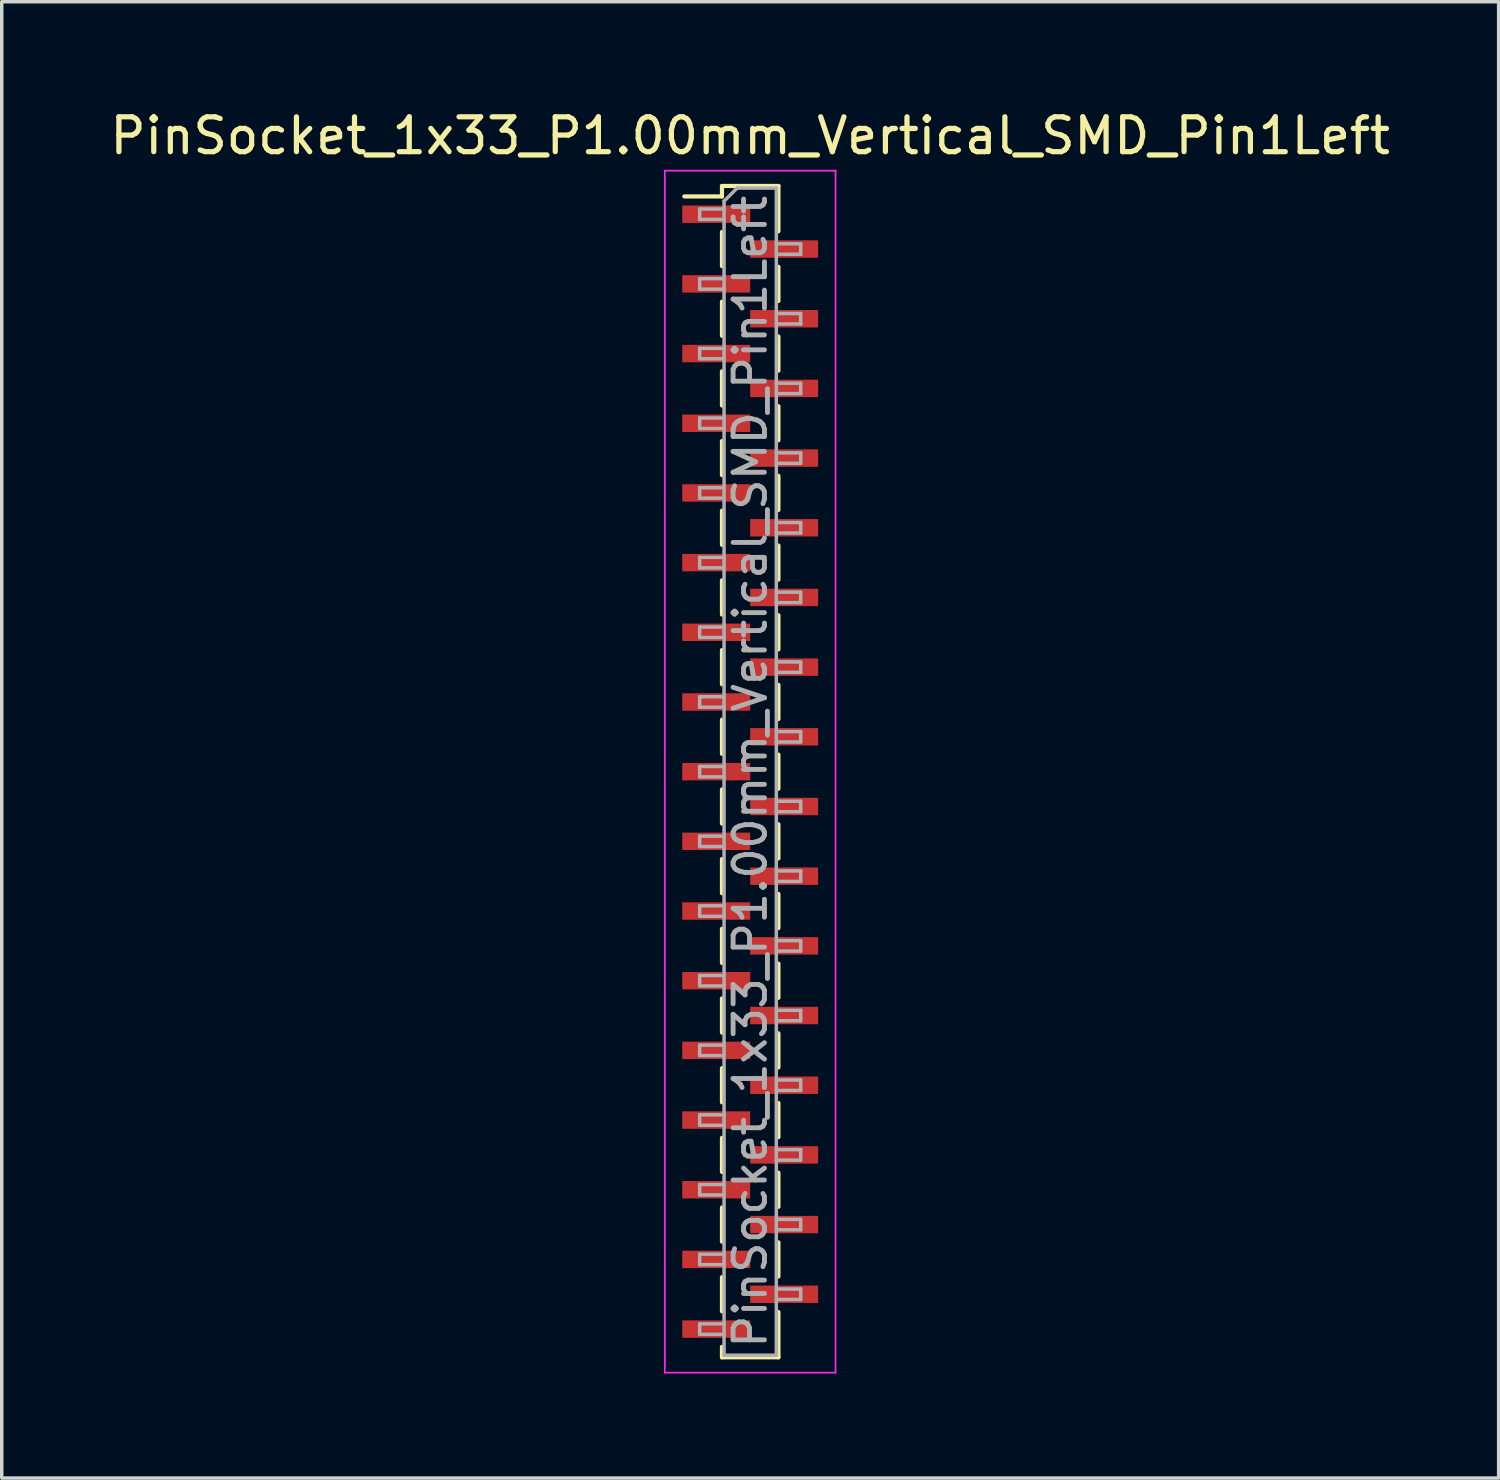
<source format=kicad_pcb>
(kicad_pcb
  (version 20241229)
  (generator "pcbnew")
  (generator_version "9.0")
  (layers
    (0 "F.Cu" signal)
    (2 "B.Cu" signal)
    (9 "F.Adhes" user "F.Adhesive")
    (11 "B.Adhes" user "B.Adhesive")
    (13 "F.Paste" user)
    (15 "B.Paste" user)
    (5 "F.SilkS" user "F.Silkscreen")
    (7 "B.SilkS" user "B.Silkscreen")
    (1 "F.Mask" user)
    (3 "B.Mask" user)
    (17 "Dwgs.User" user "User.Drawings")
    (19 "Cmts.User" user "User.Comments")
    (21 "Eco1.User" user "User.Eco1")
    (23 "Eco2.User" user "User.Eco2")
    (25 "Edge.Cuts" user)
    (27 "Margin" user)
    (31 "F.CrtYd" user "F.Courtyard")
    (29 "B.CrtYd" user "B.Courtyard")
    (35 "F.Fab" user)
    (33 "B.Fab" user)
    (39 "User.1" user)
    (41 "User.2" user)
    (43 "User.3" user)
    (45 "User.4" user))
  (footprint "PinSocket_1x33_P1.00mm_Vertical_SMD_Pin1Left"
    (layer "F.Cu")
    (at 18.482 19.098)
    (property "Reference" "PinSocket_1x33_P1.00mm_Vertical_SMD_Pin1Left" (at 0 -18.25 0) (layer "F.SilkS") (effects (font (size 1 1) (thickness 0.15))))
    (attr smd)
    (fp_line (start -1.89 -16.51) (end -0.81 -16.51) (stroke (width 0.12) (type solid)) (layer "F.SilkS"))
    (fp_line (start -0.81 -16.81) (end -0.81 -16.51) (stroke (width 0.12) (type solid)) (layer "F.SilkS"))
    (fp_line (start -0.81 -16.81) (end 0.81 -16.81) (stroke (width 0.12) (type solid)) (layer "F.SilkS"))
    (fp_line (start -0.81 -15.49) (end -0.81 -14.51) (stroke (width 0.12) (type solid)) (layer "F.SilkS"))
    (fp_line (start -0.81 -13.49) (end -0.81 -12.51) (stroke (width 0.12) (type solid)) (layer "F.SilkS"))
    (fp_line (start -0.81 -11.49) (end -0.81 -10.51) (stroke (width 0.12) (type solid)) (layer "F.SilkS"))
    (fp_line (start -0.81 -9.49) (end -0.81 -8.51) (stroke (width 0.12) (type solid)) (layer "F.SilkS"))
    (fp_line (start -0.81 -7.49) (end -0.81 -6.51) (stroke (width 0.12) (type solid)) (layer "F.SilkS"))
    (fp_line (start -0.81 -5.49) (end -0.81 -4.51) (stroke (width 0.12) (type solid)) (layer "F.SilkS"))
    (fp_line (start -0.81 -3.49) (end -0.81 -2.51) (stroke (width 0.12) (type solid)) (layer "F.SilkS"))
    (fp_line (start -0.81 -1.49) (end -0.81 -0.51) (stroke (width 0.12) (type solid)) (layer "F.SilkS"))
    (fp_line (start -0.81 0.51) (end -0.81 1.49) (stroke (width 0.12) (type solid)) (layer "F.SilkS"))
    (fp_line (start -0.81 2.51) (end -0.81 3.49) (stroke (width 0.12) (type solid)) (layer "F.SilkS"))
    (fp_line (start -0.81 4.51) (end -0.81 5.49) (stroke (width 0.12) (type solid)) (layer "F.SilkS"))
    (fp_line (start -0.81 6.51) (end -0.81 7.49) (stroke (width 0.12) (type solid)) (layer "F.SilkS"))
    (fp_line (start -0.81 8.51) (end -0.81 9.49) (stroke (width 0.12) (type solid)) (layer "F.SilkS"))
    (fp_line (start -0.81 10.51) (end -0.81 11.49) (stroke (width 0.12) (type solid)) (layer "F.SilkS"))
    (fp_line (start -0.81 12.51) (end -0.81 13.49) (stroke (width 0.12) (type solid)) (layer "F.SilkS"))
    (fp_line (start -0.81 14.51) (end -0.81 15.49) (stroke (width 0.12) (type solid)) (layer "F.SilkS"))
    (fp_line (start -0.81 16.51) (end -0.81 16.81) (stroke (width 0.12) (type solid)) (layer "F.SilkS"))
    (fp_line (start -0.81 16.81) (end 0.81 16.81) (stroke (width 0.12) (type solid)) (layer "F.SilkS"))
    (fp_line (start 0.81 -16.81) (end 0.81 -15.51) (stroke (width 0.12) (type solid)) (layer "F.SilkS"))
    (fp_line (start 0.81 -14.49) (end 0.81 -13.51) (stroke (width 0.12) (type solid)) (layer "F.SilkS"))
    (fp_line (start 0.81 -12.49) (end 0.81 -11.51) (stroke (width 0.12) (type solid)) (layer "F.SilkS"))
    (fp_line (start 0.81 -10.49) (end 0.81 -9.51) (stroke (width 0.12) (type solid)) (layer "F.SilkS"))
    (fp_line (start 0.81 -8.49) (end 0.81 -7.51) (stroke (width 0.12) (type solid)) (layer "F.SilkS"))
    (fp_line (start 0.81 -6.49) (end 0.81 -5.51) (stroke (width 0.12) (type solid)) (layer "F.SilkS"))
    (fp_line (start 0.81 -4.49) (end 0.81 -3.51) (stroke (width 0.12) (type solid)) (layer "F.SilkS"))
    (fp_line (start 0.81 -2.49) (end 0.81 -1.51) (stroke (width 0.12) (type solid)) (layer "F.SilkS"))
    (fp_line (start 0.81 -0.49) (end 0.81 0.49) (stroke (width 0.12) (type solid)) (layer "F.SilkS"))
    (fp_line (start 0.81 1.51) (end 0.81 2.49) (stroke (width 0.12) (type solid)) (layer "F.SilkS"))
    (fp_line (start 0.81 3.51) (end 0.81 4.49) (stroke (width 0.12) (type solid)) (layer "F.SilkS"))
    (fp_line (start 0.81 5.51) (end 0.81 6.49) (stroke (width 0.12) (type solid)) (layer "F.SilkS"))
    (fp_line (start 0.81 7.51) (end 0.81 8.49) (stroke (width 0.12) (type solid)) (layer "F.SilkS"))
    (fp_line (start 0.81 9.51) (end 0.81 10.49) (stroke (width 0.12) (type solid)) (layer "F.SilkS"))
    (fp_line (start 0.81 11.51) (end 0.81 12.49) (stroke (width 0.12) (type solid)) (layer "F.SilkS"))
    (fp_line (start 0.81 13.51) (end 0.81 14.49) (stroke (width 0.12) (type solid)) (layer "F.SilkS"))
    (fp_line (start 0.81 15.51) (end 0.81 16.81) (stroke (width 0.12) (type solid)) (layer "F.SilkS"))
    (fp_line (start -2.45 -17.25) (end 2.45 -17.25) (stroke (width 0.05) (type solid)) (layer "F.CrtYd"))
    (fp_line (start -2.45 17.25) (end -2.45 -17.25) (stroke (width 0.05) (type solid)) (layer "F.CrtYd"))
    (fp_line (start 2.45 -17.25) (end 2.45 17.25) (stroke (width 0.05) (type solid)) (layer "F.CrtYd"))
    (fp_line (start 2.45 17.25) (end -2.45 17.25) (stroke (width 0.05) (type solid)) (layer "F.CrtYd"))
    (fp_line (start -1.45 -16.15) (end -0.75 -16.15) (stroke (width 0.1) (type solid)) (layer "F.Fab"))
    (fp_line (start -1.45 -15.85) (end -1.45 -16.15) (stroke (width 0.1) (type solid)) (layer "F.Fab"))
    (fp_line (start -1.45 -14.15) (end -0.75 -14.15) (stroke (width 0.1) (type solid)) (layer "F.Fab"))
    (fp_line (start -1.45 -13.85) (end -1.45 -14.15) (stroke (width 0.1) (type solid)) (layer "F.Fab"))
    (fp_line (start -1.45 -12.15) (end -0.75 -12.15) (stroke (width 0.1) (type solid)) (layer "F.Fab"))
    (fp_line (start -1.45 -11.85) (end -1.45 -12.15) (stroke (width 0.1) (type solid)) (layer "F.Fab"))
    (fp_line (start -1.45 -10.15) (end -0.75 -10.15) (stroke (width 0.1) (type solid)) (layer "F.Fab"))
    (fp_line (start -1.45 -9.85) (end -1.45 -10.15) (stroke (width 0.1) (type solid)) (layer "F.Fab"))
    (fp_line (start -1.45 -8.15) (end -0.75 -8.15) (stroke (width 0.1) (type solid)) (layer "F.Fab"))
    (fp_line (start -1.45 -7.85) (end -1.45 -8.15) (stroke (width 0.1) (type solid)) (layer "F.Fab"))
    (fp_line (start -1.45 -6.15) (end -0.75 -6.15) (stroke (width 0.1) (type solid)) (layer "F.Fab"))
    (fp_line (start -1.45 -5.85) (end -1.45 -6.15) (stroke (width 0.1) (type solid)) (layer "F.Fab"))
    (fp_line (start -1.45 -4.15) (end -0.75 -4.15) (stroke (width 0.1) (type solid)) (layer "F.Fab"))
    (fp_line (start -1.45 -3.85) (end -1.45 -4.15) (stroke (width 0.1) (type solid)) (layer "F.Fab"))
    (fp_line (start -1.45 -2.15) (end -0.75 -2.15) (stroke (width 0.1) (type solid)) (layer "F.Fab"))
    (fp_line (start -1.45 -1.85) (end -1.45 -2.15) (stroke (width 0.1) (type solid)) (layer "F.Fab"))
    (fp_line (start -1.45 -0.15) (end -0.75 -0.15) (stroke (width 0.1) (type solid)) (layer "F.Fab"))
    (fp_line (start -1.45 0.15) (end -1.45 -0.15) (stroke (width 0.1) (type solid)) (layer "F.Fab"))
    (fp_line (start -1.45 1.85) (end -0.75 1.85) (stroke (width 0.1) (type solid)) (layer "F.Fab"))
    (fp_line (start -1.45 2.15) (end -1.45 1.85) (stroke (width 0.1) (type solid)) (layer "F.Fab"))
    (fp_line (start -1.45 3.85) (end -0.75 3.85) (stroke (width 0.1) (type solid)) (layer "F.Fab"))
    (fp_line (start -1.45 4.15) (end -1.45 3.85) (stroke (width 0.1) (type solid)) (layer "F.Fab"))
    (fp_line (start -1.45 5.85) (end -0.75 5.85) (stroke (width 0.1) (type solid)) (layer "F.Fab"))
    (fp_line (start -1.45 6.15) (end -1.45 5.85) (stroke (width 0.1) (type solid)) (layer "F.Fab"))
    (fp_line (start -1.45 7.85) (end -0.75 7.85) (stroke (width 0.1) (type solid)) (layer "F.Fab"))
    (fp_line (start -1.45 8.15) (end -1.45 7.85) (stroke (width 0.1) (type solid)) (layer "F.Fab"))
    (fp_line (start -1.45 9.85) (end -0.75 9.85) (stroke (width 0.1) (type solid)) (layer "F.Fab"))
    (fp_line (start -1.45 10.15) (end -1.45 9.85) (stroke (width 0.1) (type solid)) (layer "F.Fab"))
    (fp_line (start -1.45 11.85) (end -0.75 11.85) (stroke (width 0.1) (type solid)) (layer "F.Fab"))
    (fp_line (start -1.45 12.15) (end -1.45 11.85) (stroke (width 0.1) (type solid)) (layer "F.Fab"))
    (fp_line (start -1.45 13.85) (end -0.75 13.85) (stroke (width 0.1) (type solid)) (layer "F.Fab"))
    (fp_line (start -1.45 14.15) (end -1.45 13.85) (stroke (width 0.1) (type solid)) (layer "F.Fab"))
    (fp_line (start -1.45 15.85) (end -0.75 15.85) (stroke (width 0.1) (type solid)) (layer "F.Fab"))
    (fp_line (start -1.45 16.15) (end -1.45 15.85) (stroke (width 0.1) (type solid)) (layer "F.Fab"))
    (fp_line (start -0.75 -16.375) (end -0.375 -16.75) (stroke (width 0.1) (type solid)) (layer "F.Fab"))
    (fp_line (start -0.75 -15.85) (end -1.45 -15.85) (stroke (width 0.1) (type solid)) (layer "F.Fab"))
    (fp_line (start -0.75 -13.85) (end -1.45 -13.85) (stroke (width 0.1) (type solid)) (layer "F.Fab"))
    (fp_line (start -0.75 -11.85) (end -1.45 -11.85) (stroke (width 0.1) (type solid)) (layer "F.Fab"))
    (fp_line (start -0.75 -9.85) (end -1.45 -9.85) (stroke (width 0.1) (type solid)) (layer "F.Fab"))
    (fp_line (start -0.75 -7.85) (end -1.45 -7.85) (stroke (width 0.1) (type solid)) (layer "F.Fab"))
    (fp_line (start -0.75 -5.85) (end -1.45 -5.85) (stroke (width 0.1) (type solid)) (layer "F.Fab"))
    (fp_line (start -0.75 -3.85) (end -1.45 -3.85) (stroke (width 0.1) (type solid)) (layer "F.Fab"))
    (fp_line (start -0.75 -1.85) (end -1.45 -1.85) (stroke (width 0.1) (type solid)) (layer "F.Fab"))
    (fp_line (start -0.75 0.15) (end -1.45 0.15) (stroke (width 0.1) (type solid)) (layer "F.Fab"))
    (fp_line (start -0.75 2.15) (end -1.45 2.15) (stroke (width 0.1) (type solid)) (layer "F.Fab"))
    (fp_line (start -0.75 4.15) (end -1.45 4.15) (stroke (width 0.1) (type solid)) (layer "F.Fab"))
    (fp_line (start -0.75 6.15) (end -1.45 6.15) (stroke (width 0.1) (type solid)) (layer "F.Fab"))
    (fp_line (start -0.75 8.15) (end -1.45 8.15) (stroke (width 0.1) (type solid)) (layer "F.Fab"))
    (fp_line (start -0.75 10.15) (end -1.45 10.15) (stroke (width 0.1) (type solid)) (layer "F.Fab"))
    (fp_line (start -0.75 12.15) (end -1.45 12.15) (stroke (width 0.1) (type solid)) (layer "F.Fab"))
    (fp_line (start -0.75 14.15) (end -1.45 14.15) (stroke (width 0.1) (type solid)) (layer "F.Fab"))
    (fp_line (start -0.75 16.15) (end -1.45 16.15) (stroke (width 0.1) (type solid)) (layer "F.Fab"))
    (fp_line (start -0.75 16.75) (end -0.75 -16.375) (stroke (width 0.1) (type solid)) (layer "F.Fab"))
    (fp_line (start -0.375 -16.75) (end 0.75 -16.75) (stroke (width 0.1) (type solid)) (layer "F.Fab"))
    (fp_line (start 0.75 -16.75) (end 0.75 16.75) (stroke (width 0.1) (type solid)) (layer "F.Fab"))
    (fp_line (start 0.75 -15.15) (end 1.45 -15.15) (stroke (width 0.1) (type solid)) (layer "F.Fab"))
    (fp_line (start 0.75 -13.15) (end 1.45 -13.15) (stroke (width 0.1) (type solid)) (layer "F.Fab"))
    (fp_line (start 0.75 -11.15) (end 1.45 -11.15) (stroke (width 0.1) (type solid)) (layer "F.Fab"))
    (fp_line (start 0.75 -9.15) (end 1.45 -9.15) (stroke (width 0.1) (type solid)) (layer "F.Fab"))
    (fp_line (start 0.75 -7.15) (end 1.45 -7.15) (stroke (width 0.1) (type solid)) (layer "F.Fab"))
    (fp_line (start 0.75 -5.15) (end 1.45 -5.15) (stroke (width 0.1) (type solid)) (layer "F.Fab"))
    (fp_line (start 0.75 -3.15) (end 1.45 -3.15) (stroke (width 0.1) (type solid)) (layer "F.Fab"))
    (fp_line (start 0.75 -1.15) (end 1.45 -1.15) (stroke (width 0.1) (type solid)) (layer "F.Fab"))
    (fp_line (start 0.75 0.85) (end 1.45 0.85) (stroke (width 0.1) (type solid)) (layer "F.Fab"))
    (fp_line (start 0.75 2.85) (end 1.45 2.85) (stroke (width 0.1) (type solid)) (layer "F.Fab"))
    (fp_line (start 0.75 4.85) (end 1.45 4.85) (stroke (width 0.1) (type solid)) (layer "F.Fab"))
    (fp_line (start 0.75 6.85) (end 1.45 6.85) (stroke (width 0.1) (type solid)) (layer "F.Fab"))
    (fp_line (start 0.75 8.85) (end 1.45 8.85) (stroke (width 0.1) (type solid)) (layer "F.Fab"))
    (fp_line (start 0.75 10.85) (end 1.45 10.85) (stroke (width 0.1) (type solid)) (layer "F.Fab"))
    (fp_line (start 0.75 12.85) (end 1.45 12.85) (stroke (width 0.1) (type solid)) (layer "F.Fab"))
    (fp_line (start 0.75 14.85) (end 1.45 14.85) (stroke (width 0.1) (type solid)) (layer "F.Fab"))
    (fp_line (start 0.75 16.75) (end -0.75 16.75) (stroke (width 0.1) (type solid)) (layer "F.Fab"))
    (fp_line (start 1.45 -15.15) (end 1.45 -14.85) (stroke (width 0.1) (type solid)) (layer "F.Fab"))
    (fp_line (start 1.45 -14.85) (end 0.75 -14.85) (stroke (width 0.1) (type solid)) (layer "F.Fab"))
    (fp_line (start 1.45 -13.15) (end 1.45 -12.85) (stroke (width 0.1) (type solid)) (layer "F.Fab"))
    (fp_line (start 1.45 -12.85) (end 0.75 -12.85) (stroke (width 0.1) (type solid)) (layer "F.Fab"))
    (fp_line (start 1.45 -11.15) (end 1.45 -10.85) (stroke (width 0.1) (type solid)) (layer "F.Fab"))
    (fp_line (start 1.45 -10.85) (end 0.75 -10.85) (stroke (width 0.1) (type solid)) (layer "F.Fab"))
    (fp_line (start 1.45 -9.15) (end 1.45 -8.85) (stroke (width 0.1) (type solid)) (layer "F.Fab"))
    (fp_line (start 1.45 -8.85) (end 0.75 -8.85) (stroke (width 0.1) (type solid)) (layer "F.Fab"))
    (fp_line (start 1.45 -7.15) (end 1.45 -6.85) (stroke (width 0.1) (type solid)) (layer "F.Fab"))
    (fp_line (start 1.45 -6.85) (end 0.75 -6.85) (stroke (width 0.1) (type solid)) (layer "F.Fab"))
    (fp_line (start 1.45 -5.15) (end 1.45 -4.85) (stroke (width 0.1) (type solid)) (layer "F.Fab"))
    (fp_line (start 1.45 -4.85) (end 0.75 -4.85) (stroke (width 0.1) (type solid)) (layer "F.Fab"))
    (fp_line (start 1.45 -3.15) (end 1.45 -2.85) (stroke (width 0.1) (type solid)) (layer "F.Fab"))
    (fp_line (start 1.45 -2.85) (end 0.75 -2.85) (stroke (width 0.1) (type solid)) (layer "F.Fab"))
    (fp_line (start 1.45 -1.15) (end 1.45 -0.85) (stroke (width 0.1) (type solid)) (layer "F.Fab"))
    (fp_line (start 1.45 -0.85) (end 0.75 -0.85) (stroke (width 0.1) (type solid)) (layer "F.Fab"))
    (fp_line (start 1.45 0.85) (end 1.45 1.15) (stroke (width 0.1) (type solid)) (layer "F.Fab"))
    (fp_line (start 1.45 1.15) (end 0.75 1.15) (stroke (width 0.1) (type solid)) (layer "F.Fab"))
    (fp_line (start 1.45 2.85) (end 1.45 3.15) (stroke (width 0.1) (type solid)) (layer "F.Fab"))
    (fp_line (start 1.45 3.15) (end 0.75 3.15) (stroke (width 0.1) (type solid)) (layer "F.Fab"))
    (fp_line (start 1.45 4.85) (end 1.45 5.15) (stroke (width 0.1) (type solid)) (layer "F.Fab"))
    (fp_line (start 1.45 5.15) (end 0.75 5.15) (stroke (width 0.1) (type solid)) (layer "F.Fab"))
    (fp_line (start 1.45 6.85) (end 1.45 7.15) (stroke (width 0.1) (type solid)) (layer "F.Fab"))
    (fp_line (start 1.45 7.15) (end 0.75 7.15) (stroke (width 0.1) (type solid)) (layer "F.Fab"))
    (fp_line (start 1.45 8.85) (end 1.45 9.15) (stroke (width 0.1) (type solid)) (layer "F.Fab"))
    (fp_line (start 1.45 9.15) (end 0.75 9.15) (stroke (width 0.1) (type solid)) (layer "F.Fab"))
    (fp_line (start 1.45 10.85) (end 1.45 11.15) (stroke (width 0.1) (type solid)) (layer "F.Fab"))
    (fp_line (start 1.45 11.15) (end 0.75 11.15) (stroke (width 0.1) (type solid)) (layer "F.Fab"))
    (fp_line (start 1.45 12.85) (end 1.45 13.15) (stroke (width 0.1) (type solid)) (layer "F.Fab"))
    (fp_line (start 1.45 13.15) (end 0.75 13.15) (stroke (width 0.1) (type solid)) (layer "F.Fab"))
    (fp_line (start 1.45 14.85) (end 1.45 15.15) (stroke (width 0.1) (type solid)) (layer "F.Fab"))
    (fp_line (start 1.45 15.15) (end 0.75 15.15) (stroke (width 0.1) (type solid)) (layer "F.Fab"))
    (fp_text user "${REFERENCE}" (at 0 0 90) (layer "F.Fab") (effects (font (size 0.9 0.9) (thickness 0.14))))
    (pad "1" smd rect (at -0.975 -16) (size 1.95 0.5) (layers "F.Cu" "F.Mask" "F.Paste"))
    (pad "2" smd rect (at 0.975 -15) (size 1.95 0.5) (layers "F.Cu" "F.Mask" "F.Paste"))
    (pad "3" smd rect (at -0.975 -14) (size 1.95 0.5) (layers "F.Cu" "F.Mask" "F.Paste"))
    (pad "4" smd rect (at 0.975 -13) (size 1.95 0.5) (layers "F.Cu" "F.Mask" "F.Paste"))
    (pad "5" smd rect (at -0.975 -12) (size 1.95 0.5) (layers "F.Cu" "F.Mask" "F.Paste"))
    (pad "6" smd rect (at 0.975 -11) (size 1.95 0.5) (layers "F.Cu" "F.Mask" "F.Paste"))
    (pad "7" smd rect (at -0.975 -10) (size 1.95 0.5) (layers "F.Cu" "F.Mask" "F.Paste"))
    (pad "8" smd rect (at 0.975 -9) (size 1.95 0.5) (layers "F.Cu" "F.Mask" "F.Paste"))
    (pad "9" smd rect (at -0.975 -8) (size 1.95 0.5) (layers "F.Cu" "F.Mask" "F.Paste"))
    (pad "10" smd rect (at 0.975 -7) (size 1.95 0.5) (layers "F.Cu" "F.Mask" "F.Paste"))
    (pad "11" smd rect (at -0.975 -6) (size 1.95 0.5) (layers "F.Cu" "F.Mask" "F.Paste"))
    (pad "12" smd rect (at 0.975 -5) (size 1.95 0.5) (layers "F.Cu" "F.Mask" "F.Paste"))
    (pad "13" smd rect (at -0.975 -4) (size 1.95 0.5) (layers "F.Cu" "F.Mask" "F.Paste"))
    (pad "14" smd rect (at 0.975 -3) (size 1.95 0.5) (layers "F.Cu" "F.Mask" "F.Paste"))
    (pad "15" smd rect (at -0.975 -2) (size 1.95 0.5) (layers "F.Cu" "F.Mask" "F.Paste"))
    (pad "16" smd rect (at 0.975 -1) (size 1.95 0.5) (layers "F.Cu" "F.Mask" "F.Paste"))
    (pad "17" smd rect (at -0.975 0) (size 1.95 0.5) (layers "F.Cu" "F.Mask" "F.Paste"))
    (pad "18" smd rect (at 0.975 1) (size 1.95 0.5) (layers "F.Cu" "F.Mask" "F.Paste"))
    (pad "19" smd rect (at -0.975 2) (size 1.95 0.5) (layers "F.Cu" "F.Mask" "F.Paste"))
    (pad "20" smd rect (at 0.975 3) (size 1.95 0.5) (layers "F.Cu" "F.Mask" "F.Paste"))
    (pad "21" smd rect (at -0.975 4) (size 1.95 0.5) (layers "F.Cu" "F.Mask" "F.Paste"))
    (pad "22" smd rect (at 0.975 5) (size 1.95 0.5) (layers "F.Cu" "F.Mask" "F.Paste"))
    (pad "23" smd rect (at -0.975 6) (size 1.95 0.5) (layers "F.Cu" "F.Mask" "F.Paste"))
    (pad "24" smd rect (at 0.975 7) (size 1.95 0.5) (layers "F.Cu" "F.Mask" "F.Paste"))
    (pad "25" smd rect (at -0.975 8) (size 1.95 0.5) (layers "F.Cu" "F.Mask" "F.Paste"))
    (pad "26" smd rect (at 0.975 9) (size 1.95 0.5) (layers "F.Cu" "F.Mask" "F.Paste"))
    (pad "27" smd rect (at -0.975 10) (size 1.95 0.5) (layers "F.Cu" "F.Mask" "F.Paste"))
    (pad "28" smd rect (at 0.975 11) (size 1.95 0.5) (layers "F.Cu" "F.Mask" "F.Paste"))
    (pad "29" smd rect (at -0.975 12) (size 1.95 0.5) (layers "F.Cu" "F.Mask" "F.Paste"))
    (pad "30" smd rect (at 0.975 13) (size 1.95 0.5) (layers "F.Cu" "F.Mask" "F.Paste"))
    (pad "31" smd rect (at -0.975 14) (size 1.95 0.5) (layers "F.Cu" "F.Mask" "F.Paste"))
    (pad "32" smd rect (at 0.975 15) (size 1.95 0.5) (layers "F.Cu" "F.Mask" "F.Paste"))
    (pad "33" smd rect (at -0.975 16) (size 1.95 0.5) (layers "F.Cu" "F.Mask" "F.Paste")))
  (gr_rect
    (start -3 -3)
    (end 39.964 39.373)
    (stroke (width 0.1) (type default))
    (fill no)
    (layer "Edge.Cuts")))
</source>
